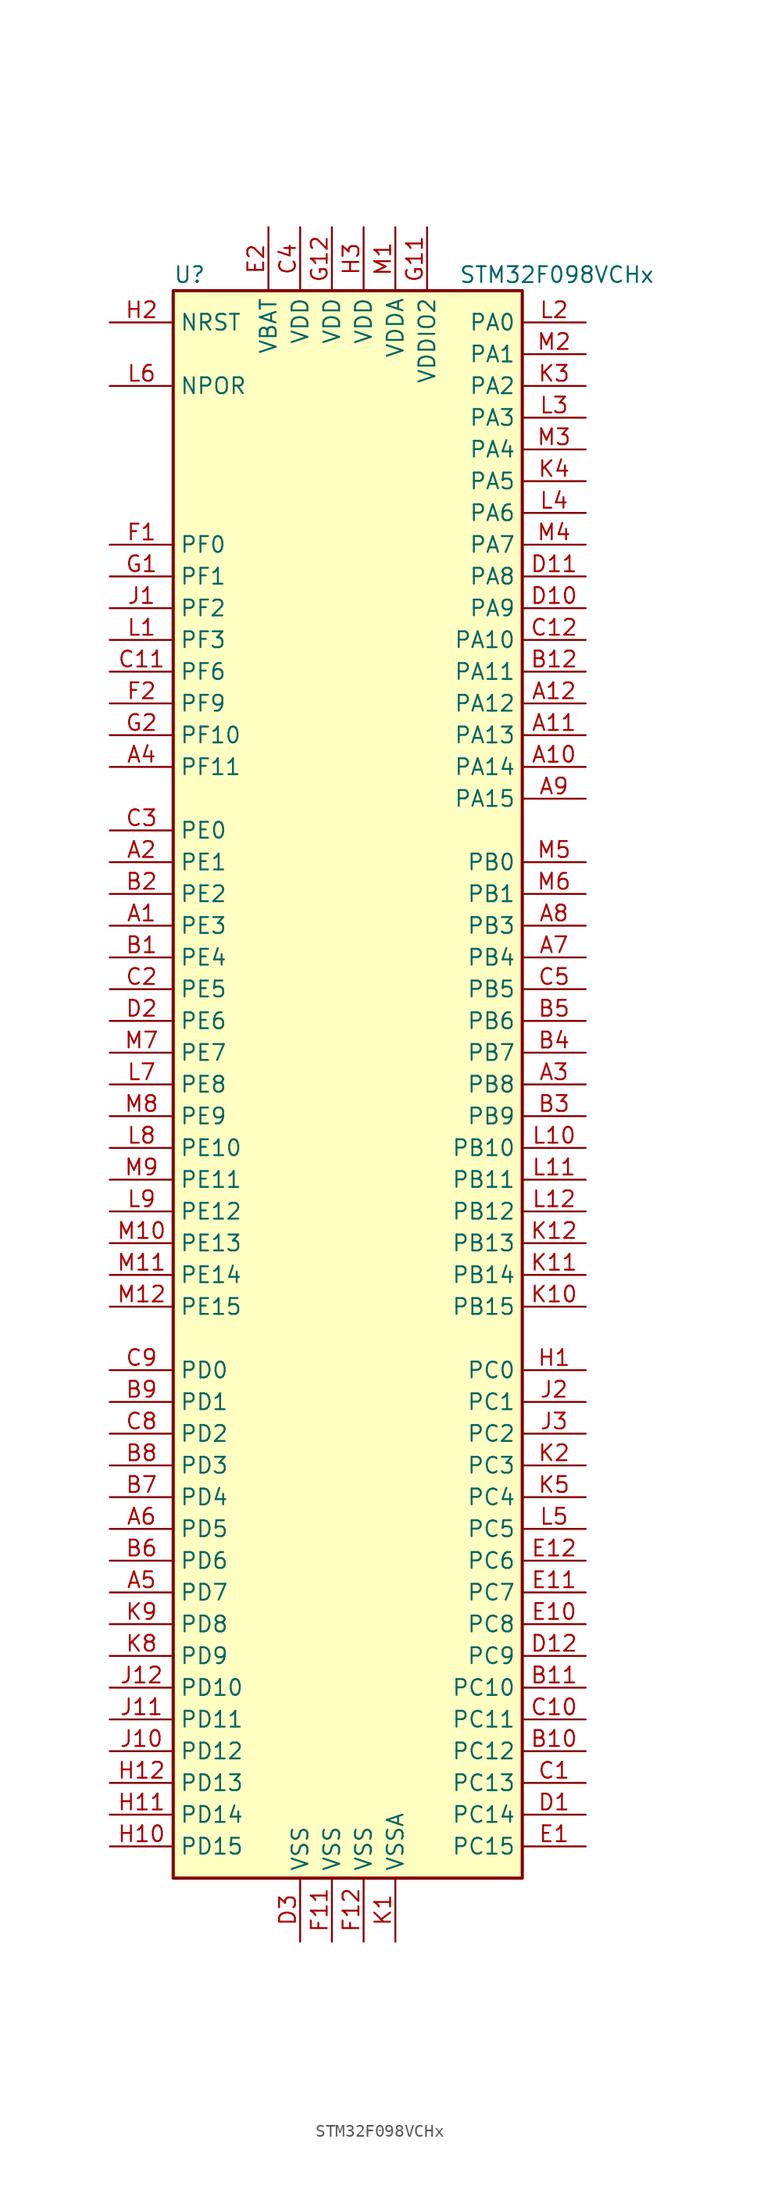
<source format=kicad_sym>
(kicad_symbol_lib
  (version 20201005)
  (generator kicad_symbol_editor)
  (symbol "STM32F098VCHx"
    (property "Reference" "U"
      (at -15.24 64.77 0)
      (effects (font (size 1.27 1.27)) (justify left)))
    (property "Value" "STM32F098VCHx"
      (at 7.62 64.77 0)
      (effects (font (size 1.27 1.27)) (justify left)))
    (symbol "STM32F098VCHx_0_1"
      (rectangle (start -15.24 -63.5) (end 12.7 63.5) (stroke (width 0.254)) (fill (type background))))
    (symbol "STM32F098VCHx_1_1"
      (pin bidirectional line (at -20.32 12.7 0) (length 5.08) (name "PE3" (effects (font (size 1.27 1.27)))) (number "A1" (effects (font (size 1.27 1.27)))))
      (pin bidirectional line (at 17.78 25.4 180) (length 5.08) (name "PA14" (effects (font (size 1.27 1.27)))) (number "A10" (effects (font (size 1.27 1.27)))))
      (pin bidirectional line (at 17.78 27.94 180) (length 5.08) (name "PA13" (effects (font (size 1.27 1.27)))) (number "A11" (effects (font (size 1.27 1.27)))))
      (pin bidirectional line (at 17.78 30.48 180) (length 5.08) (name "PA12" (effects (font (size 1.27 1.27)))) (number "A12" (effects (font (size 1.27 1.27)))))
      (pin bidirectional line (at -20.32 17.78 0) (length 5.08) (name "PE1" (effects (font (size 1.27 1.27)))) (number "A2" (effects (font (size 1.27 1.27)))))
      (pin bidirectional line (at 17.78 0 180) (length 5.08) (name "PB8" (effects (font (size 1.27 1.27)))) (number "A3" (effects (font (size 1.27 1.27)))))
      (pin bidirectional line (at -20.32 25.4 0) (length 5.08) (name "PF11" (effects (font (size 1.27 1.27)))) (number "A4" (effects (font (size 1.27 1.27)))))
      (pin bidirectional line (at -20.32 -40.64 0) (length 5.08) (name "PD7" (effects (font (size 1.27 1.27)))) (number "A5" (effects (font (size 1.27 1.27)))))
      (pin bidirectional line (at -20.32 -35.56 0) (length 5.08) (name "PD5" (effects (font (size 1.27 1.27)))) (number "A6" (effects (font (size 1.27 1.27)))))
      (pin bidirectional line (at 17.78 10.16 180) (length 5.08) (name "PB4" (effects (font (size 1.27 1.27)))) (number "A7" (effects (font (size 1.27 1.27)))))
      (pin bidirectional line (at 17.78 12.7 180) (length 5.08) (name "PB3" (effects (font (size 1.27 1.27)))) (number "A8" (effects (font (size 1.27 1.27)))))
      (pin bidirectional line (at 17.78 22.86 180) (length 5.08) (name "PA15" (effects (font (size 1.27 1.27)))) (number "A9" (effects (font (size 1.27 1.27)))))
      (pin bidirectional line (at -20.32 10.16 0) (length 5.08) (name "PE4" (effects (font (size 1.27 1.27)))) (number "B1" (effects (font (size 1.27 1.27)))))
      (pin bidirectional line (at 17.78 -53.34 180) (length 5.08) (name "PC12" (effects (font (size 1.27 1.27)))) (number "B10" (effects (font (size 1.27 1.27)))))
      (pin bidirectional line (at 17.78 -48.26 180) (length 5.08) (name "PC10" (effects (font (size 1.27 1.27)))) (number "B11" (effects (font (size 1.27 1.27)))))
      (pin bidirectional line (at 17.78 33.02 180) (length 5.08) (name "PA11" (effects (font (size 1.27 1.27)))) (number "B12" (effects (font (size 1.27 1.27)))))
      (pin bidirectional line (at -20.32 15.24 0) (length 5.08) (name "PE2" (effects (font (size 1.27 1.27)))) (number "B2" (effects (font (size 1.27 1.27)))))
      (pin bidirectional line (at 17.78 -2.54 180) (length 5.08) (name "PB9" (effects (font (size 1.27 1.27)))) (number "B3" (effects (font (size 1.27 1.27)))))
      (pin bidirectional line (at 17.78 2.54 180) (length 5.08) (name "PB7" (effects (font (size 1.27 1.27)))) (number "B4" (effects (font (size 1.27 1.27)))))
      (pin bidirectional line (at 17.78 5.08 180) (length 5.08) (name "PB6" (effects (font (size 1.27 1.27)))) (number "B5" (effects (font (size 1.27 1.27)))))
      (pin bidirectional line (at -20.32 -38.1 0) (length 5.08) (name "PD6" (effects (font (size 1.27 1.27)))) (number "B6" (effects (font (size 1.27 1.27)))))
      (pin bidirectional line (at -20.32 -33.02 0) (length 5.08) (name "PD4" (effects (font (size 1.27 1.27)))) (number "B7" (effects (font (size 1.27 1.27)))))
      (pin bidirectional line (at -20.32 -30.48 0) (length 5.08) (name "PD3" (effects (font (size 1.27 1.27)))) (number "B8" (effects (font (size 1.27 1.27)))))
      (pin bidirectional line (at -20.32 -25.4 0) (length 5.08) (name "PD1" (effects (font (size 1.27 1.27)))) (number "B9" (effects (font (size 1.27 1.27)))))
      (pin bidirectional line (at 17.78 -55.88 180) (length 5.08) (name "PC13" (effects (font (size 1.27 1.27)))) (number "C1" (effects (font (size 1.27 1.27)))))
      (pin bidirectional line (at 17.78 -50.8 180) (length 5.08) (name "PC11" (effects (font (size 1.27 1.27)))) (number "C10" (effects (font (size 1.27 1.27)))))
      (pin bidirectional line (at -20.32 33.02 0) (length 5.08) (name "PF6" (effects (font (size 1.27 1.27)))) (number "C11" (effects (font (size 1.27 1.27)))))
      (pin bidirectional line (at 17.78 35.56 180) (length 5.08) (name "PA10" (effects (font (size 1.27 1.27)))) (number "C12" (effects (font (size 1.27 1.27)))))
      (pin bidirectional line (at -20.32 7.62 0) (length 5.08) (name "PE5" (effects (font (size 1.27 1.27)))) (number "C2" (effects (font (size 1.27 1.27)))))
      (pin bidirectional line (at -20.32 20.32 0) (length 5.08) (name "PE0" (effects (font (size 1.27 1.27)))) (number "C3" (effects (font (size 1.27 1.27)))))
      (pin power_in line (at -5.08 68.58 270) (length 5.08) (name "VDD" (effects (font (size 1.27 1.27)))) (number "C4" (effects (font (size 1.27 1.27)))))
      (pin bidirectional line (at 17.78 7.62 180) (length 5.08) (name "PB5" (effects (font (size 1.27 1.27)))) (number "C5" (effects (font (size 1.27 1.27)))))
      (pin bidirectional line (at -20.32 -27.94 0) (length 5.08) (name "PD2" (effects (font (size 1.27 1.27)))) (number "C8" (effects (font (size 1.27 1.27)))))
      (pin bidirectional line (at -20.32 -22.86 0) (length 5.08) (name "PD0" (effects (font (size 1.27 1.27)))) (number "C9" (effects (font (size 1.27 1.27)))))
      (pin bidirectional line (at 17.78 -58.42 180) (length 5.08) (name "PC14" (effects (font (size 1.27 1.27)))) (number "D1" (effects (font (size 1.27 1.27)))))
      (pin bidirectional line (at 17.78 38.1 180) (length 5.08) (name "PA9" (effects (font (size 1.27 1.27)))) (number "D10" (effects (font (size 1.27 1.27)))))
      (pin bidirectional line (at 17.78 40.64 180) (length 5.08) (name "PA8" (effects (font (size 1.27 1.27)))) (number "D11" (effects (font (size 1.27 1.27)))))
      (pin bidirectional line (at 17.78 -45.72 180) (length 5.08) (name "PC9" (effects (font (size 1.27 1.27)))) (number "D12" (effects (font (size 1.27 1.27)))))
      (pin bidirectional line (at -20.32 5.08 0) (length 5.08) (name "PE6" (effects (font (size 1.27 1.27)))) (number "D2" (effects (font (size 1.27 1.27)))))
      (pin power_in line (at -5.08 -68.58 90) (length 5.08) (name "VSS" (effects (font (size 1.27 1.27)))) (number "D3" (effects (font (size 1.27 1.27)))))
      (pin bidirectional line (at 17.78 -60.96 180) (length 5.08) (name "PC15" (effects (font (size 1.27 1.27)))) (number "E1" (effects (font (size 1.27 1.27)))))
      (pin bidirectional line (at 17.78 -43.18 180) (length 5.08) (name "PC8" (effects (font (size 1.27 1.27)))) (number "E10" (effects (font (size 1.27 1.27)))))
      (pin bidirectional line (at 17.78 -40.64 180) (length 5.08) (name "PC7" (effects (font (size 1.27 1.27)))) (number "E11" (effects (font (size 1.27 1.27)))))
      (pin bidirectional line (at 17.78 -38.1 180) (length 5.08) (name "PC6" (effects (font (size 1.27 1.27)))) (number "E12" (effects (font (size 1.27 1.27)))))
      (pin power_in line (at -7.62 68.58 270) (length 5.08) (name "VBAT" (effects (font (size 1.27 1.27)))) (number "E2" (effects (font (size 1.27 1.27)))))
      (pin no_connect line (at -15.24 -60.96 0) (length 5.08) hide (name "NC" (effects (font (size 1.27 1.27)))) (number "E3" (effects (font (size 1.27 1.27)))))
      (pin input line (at -20.32 43.18 0) (length 5.08) (name "PF0" (effects (font (size 1.27 1.27)))) (number "F1" (effects (font (size 1.27 1.27)))))
      (pin power_in line (at -2.54 -68.58 90) (length 5.08) (name "VSS" (effects (font (size 1.27 1.27)))) (number "F11" (effects (font (size 1.27 1.27)))))
      (pin power_in line (at 0 -68.58 90) (length 5.08) (name "VSS" (effects (font (size 1.27 1.27)))) (number "F12" (effects (font (size 1.27 1.27)))))
      (pin bidirectional line (at -20.32 30.48 0) (length 5.08) (name "PF9" (effects (font (size 1.27 1.27)))) (number "F2" (effects (font (size 1.27 1.27)))))
      (pin input line (at -20.32 40.64 0) (length 5.08) (name "PF1" (effects (font (size 1.27 1.27)))) (number "G1" (effects (font (size 1.27 1.27)))))
      (pin power_in line (at 5.08 68.58 270) (length 5.08) (name "VDDIO2" (effects (font (size 1.27 1.27)))) (number "G11" (effects (font (size 1.27 1.27)))))
      (pin power_in line (at -2.54 68.58 270) (length 5.08) (name "VDD" (effects (font (size 1.27 1.27)))) (number "G12" (effects (font (size 1.27 1.27)))))
      (pin bidirectional line (at -20.32 27.94 0) (length 5.08) (name "PF10" (effects (font (size 1.27 1.27)))) (number "G2" (effects (font (size 1.27 1.27)))))
      (pin bidirectional line (at 17.78 -22.86 180) (length 5.08) (name "PC0" (effects (font (size 1.27 1.27)))) (number "H1" (effects (font (size 1.27 1.27)))))
      (pin bidirectional line (at -20.32 -60.96 0) (length 5.08) (name "PD15" (effects (font (size 1.27 1.27)))) (number "H10" (effects (font (size 1.27 1.27)))))
      (pin bidirectional line (at -20.32 -58.42 0) (length 5.08) (name "PD14" (effects (font (size 1.27 1.27)))) (number "H11" (effects (font (size 1.27 1.27)))))
      (pin bidirectional line (at -20.32 -55.88 0) (length 5.08) (name "PD13" (effects (font (size 1.27 1.27)))) (number "H12" (effects (font (size 1.27 1.27)))))
      (pin input line (at -20.32 60.96 0) (length 5.08) (name "NRST" (effects (font (size 1.27 1.27)))) (number "H2" (effects (font (size 1.27 1.27)))))
      (pin power_in line (at 0 68.58 270) (length 5.08) (name "VDD" (effects (font (size 1.27 1.27)))) (number "H3" (effects (font (size 1.27 1.27)))))
      (pin bidirectional line (at -20.32 38.1 0) (length 5.08) (name "PF2" (effects (font (size 1.27 1.27)))) (number "J1" (effects (font (size 1.27 1.27)))))
      (pin bidirectional line (at -20.32 -53.34 0) (length 5.08) (name "PD12" (effects (font (size 1.27 1.27)))) (number "J10" (effects (font (size 1.27 1.27)))))
      (pin bidirectional line (at -20.32 -50.8 0) (length 5.08) (name "PD11" (effects (font (size 1.27 1.27)))) (number "J11" (effects (font (size 1.27 1.27)))))
      (pin bidirectional line (at -20.32 -48.26 0) (length 5.08) (name "PD10" (effects (font (size 1.27 1.27)))) (number "J12" (effects (font (size 1.27 1.27)))))
      (pin bidirectional line (at 17.78 -25.4 180) (length 5.08) (name "PC1" (effects (font (size 1.27 1.27)))) (number "J2" (effects (font (size 1.27 1.27)))))
      (pin bidirectional line (at 17.78 -27.94 180) (length 5.08) (name "PC2" (effects (font (size 1.27 1.27)))) (number "J3" (effects (font (size 1.27 1.27)))))
      (pin power_in line (at 2.54 -68.58 90) (length 5.08) (name "VSSA" (effects (font (size 1.27 1.27)))) (number "K1" (effects (font (size 1.27 1.27)))))
      (pin bidirectional line (at 17.78 -17.78 180) (length 5.08) (name "PB15" (effects (font (size 1.27 1.27)))) (number "K10" (effects (font (size 1.27 1.27)))))
      (pin bidirectional line (at 17.78 -15.24 180) (length 5.08) (name "PB14" (effects (font (size 1.27 1.27)))) (number "K11" (effects (font (size 1.27 1.27)))))
      (pin bidirectional line (at 17.78 -12.7 180) (length 5.08) (name "PB13" (effects (font (size 1.27 1.27)))) (number "K12" (effects (font (size 1.27 1.27)))))
      (pin bidirectional line (at 17.78 -30.48 180) (length 5.08) (name "PC3" (effects (font (size 1.27 1.27)))) (number "K2" (effects (font (size 1.27 1.27)))))
      (pin bidirectional line (at 17.78 55.88 180) (length 5.08) (name "PA2" (effects (font (size 1.27 1.27)))) (number "K3" (effects (font (size 1.27 1.27)))))
      (pin bidirectional line (at 17.78 48.26 180) (length 5.08) (name "PA5" (effects (font (size 1.27 1.27)))) (number "K4" (effects (font (size 1.27 1.27)))))
      (pin bidirectional line (at 17.78 -33.02 180) (length 5.08) (name "PC4" (effects (font (size 1.27 1.27)))) (number "K5" (effects (font (size 1.27 1.27)))))
      (pin bidirectional line (at -20.32 -45.72 0) (length 5.08) (name "PD9" (effects (font (size 1.27 1.27)))) (number "K8" (effects (font (size 1.27 1.27)))))
      (pin bidirectional line (at -20.32 -43.18 0) (length 5.08) (name "PD8" (effects (font (size 1.27 1.27)))) (number "K9" (effects (font (size 1.27 1.27)))))
      (pin bidirectional line (at -20.32 35.56 0) (length 5.08) (name "PF3" (effects (font (size 1.27 1.27)))) (number "L1" (effects (font (size 1.27 1.27)))))
      (pin bidirectional line (at 17.78 -5.08 180) (length 5.08) (name "PB10" (effects (font (size 1.27 1.27)))) (number "L10" (effects (font (size 1.27 1.27)))))
      (pin bidirectional line (at 17.78 -7.62 180) (length 5.08) (name "PB11" (effects (font (size 1.27 1.27)))) (number "L11" (effects (font (size 1.27 1.27)))))
      (pin bidirectional line (at 17.78 -10.16 180) (length 5.08) (name "PB12" (effects (font (size 1.27 1.27)))) (number "L12" (effects (font (size 1.27 1.27)))))
      (pin bidirectional line (at 17.78 60.96 180) (length 5.08) (name "PA0" (effects (font (size 1.27 1.27)))) (number "L2" (effects (font (size 1.27 1.27)))))
      (pin bidirectional line (at 17.78 53.34 180) (length 5.08) (name "PA3" (effects (font (size 1.27 1.27)))) (number "L3" (effects (font (size 1.27 1.27)))))
      (pin bidirectional line (at 17.78 45.72 180) (length 5.08) (name "PA6" (effects (font (size 1.27 1.27)))) (number "L4" (effects (font (size 1.27 1.27)))))
      (pin bidirectional line (at 17.78 -35.56 180) (length 5.08) (name "PC5" (effects (font (size 1.27 1.27)))) (number "L5" (effects (font (size 1.27 1.27)))))
      (pin power_in line (at -20.32 55.88 0) (length 5.08) (name "NPOR" (effects (font (size 1.27 1.27)))) (number "L6" (effects (font (size 1.27 1.27)))))
      (pin bidirectional line (at -20.32 0 0) (length 5.08) (name "PE8" (effects (font (size 1.27 1.27)))) (number "L7" (effects (font (size 1.27 1.27)))))
      (pin bidirectional line (at -20.32 -5.08 0) (length 5.08) (name "PE10" (effects (font (size 1.27 1.27)))) (number "L8" (effects (font (size 1.27 1.27)))))
      (pin bidirectional line (at -20.32 -10.16 0) (length 5.08) (name "PE12" (effects (font (size 1.27 1.27)))) (number "L9" (effects (font (size 1.27 1.27)))))
      (pin power_in line (at 2.54 68.58 270) (length 5.08) (name "VDDA" (effects (font (size 1.27 1.27)))) (number "M1" (effects (font (size 1.27 1.27)))))
      (pin bidirectional line (at -20.32 -12.7 0) (length 5.08) (name "PE13" (effects (font (size 1.27 1.27)))) (number "M10" (effects (font (size 1.27 1.27)))))
      (pin bidirectional line (at -20.32 -15.24 0) (length 5.08) (name "PE14" (effects (font (size 1.27 1.27)))) (number "M11" (effects (font (size 1.27 1.27)))))
      (pin bidirectional line (at -20.32 -17.78 0) (length 5.08) (name "PE15" (effects (font (size 1.27 1.27)))) (number "M12" (effects (font (size 1.27 1.27)))))
      (pin bidirectional line (at 17.78 58.42 180) (length 5.08) (name "PA1" (effects (font (size 1.27 1.27)))) (number "M2" (effects (font (size 1.27 1.27)))))
      (pin bidirectional line (at 17.78 50.8 180) (length 5.08) (name "PA4" (effects (font (size 1.27 1.27)))) (number "M3" (effects (font (size 1.27 1.27)))))
      (pin bidirectional line (at 17.78 43.18 180) (length 5.08) (name "PA7" (effects (font (size 1.27 1.27)))) (number "M4" (effects (font (size 1.27 1.27)))))
      (pin bidirectional line (at 17.78 17.78 180) (length 5.08) (name "PB0" (effects (font (size 1.27 1.27)))) (number "M5" (effects (font (size 1.27 1.27)))))
      (pin bidirectional line (at 17.78 15.24 180) (length 5.08) (name "PB1" (effects (font (size 1.27 1.27)))) (number "M6" (effects (font (size 1.27 1.27)))))
      (pin bidirectional line (at -20.32 2.54 0) (length 5.08) (name "PE7" (effects (font (size 1.27 1.27)))) (number "M7" (effects (font (size 1.27 1.27)))))
      (pin bidirectional line (at -20.32 -2.54 0) (length 5.08) (name "PE9" (effects (font (size 1.27 1.27)))) (number "M8" (effects (font (size 1.27 1.27)))))
      (pin bidirectional line (at -20.32 -7.62 0) (length 5.08) (name "PE11" (effects (font (size 1.27 1.27)))) (number "M9" (effects (font (size 1.27 1.27))))))))
</source>
